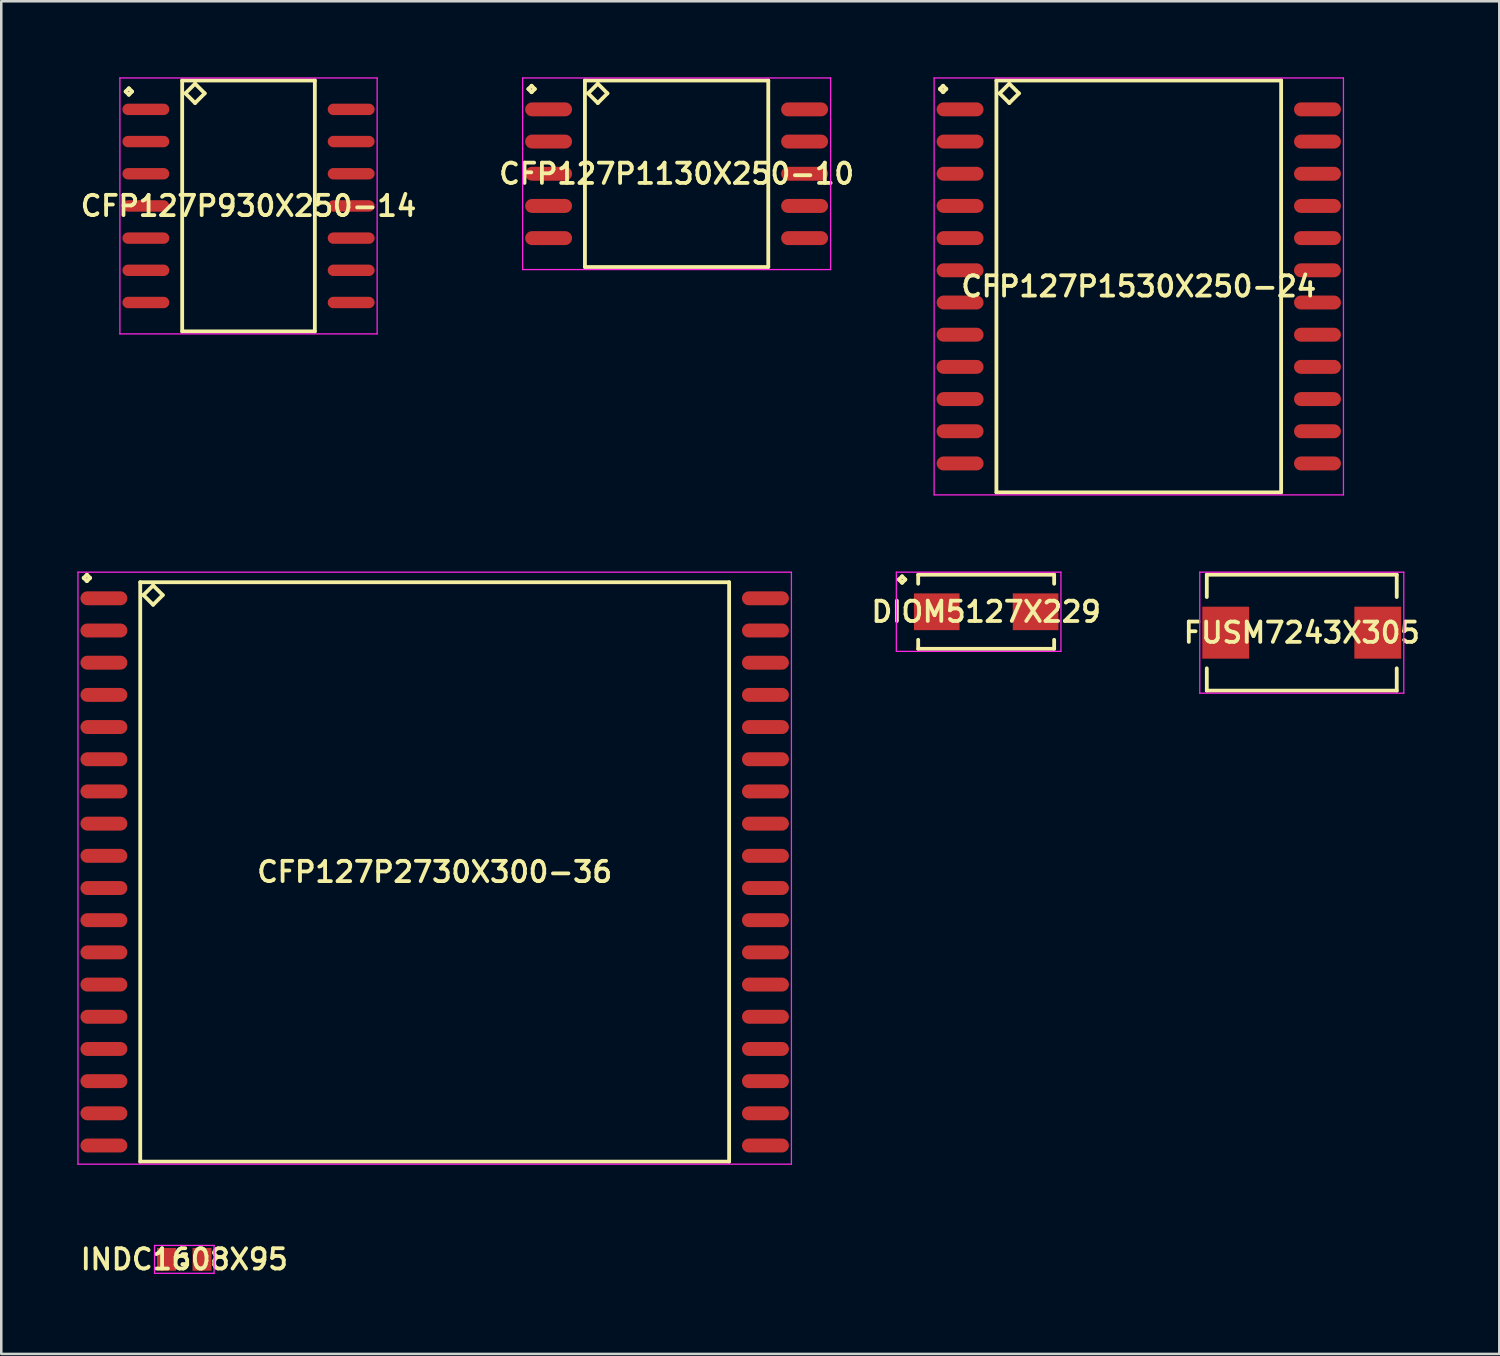
<source format=kicad_pcb>
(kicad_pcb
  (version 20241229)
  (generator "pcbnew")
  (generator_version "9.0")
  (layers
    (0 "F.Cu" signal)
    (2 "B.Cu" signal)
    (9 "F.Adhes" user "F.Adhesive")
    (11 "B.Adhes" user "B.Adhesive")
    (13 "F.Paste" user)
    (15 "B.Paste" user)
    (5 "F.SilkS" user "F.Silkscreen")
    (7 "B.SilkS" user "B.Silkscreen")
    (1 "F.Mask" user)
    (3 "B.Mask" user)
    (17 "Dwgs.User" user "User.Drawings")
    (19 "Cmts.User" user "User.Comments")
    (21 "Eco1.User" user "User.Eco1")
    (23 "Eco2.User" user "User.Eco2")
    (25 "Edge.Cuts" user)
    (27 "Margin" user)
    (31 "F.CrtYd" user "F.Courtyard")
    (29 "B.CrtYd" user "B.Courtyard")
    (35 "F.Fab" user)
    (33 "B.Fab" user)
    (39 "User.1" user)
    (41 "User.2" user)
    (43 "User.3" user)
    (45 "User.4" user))
  (footprint "INDC1608X95"
    (layer "F.Cu")
    (at 4.221 46.637)
    (property "Reference" "INDC1608X95" (at 0 0 0) (layer "F.SilkS") (effects (font (size 0.8 0.8) (thickness 0.15))))
    (attr smd)
    (fp_line (start -0.071 -0.196) (end 0.071 -0.196) (stroke (width 0.15) (type solid)) (layer "F.SilkS"))
    (fp_line (start -0.071 0.196) (end 0.071 0.196) (stroke (width 0.15) (type solid)) (layer "F.SilkS"))
    (fp_line (start 0.071 -0.196) (end -0.071 -0.196) (stroke (width 0.15) (type solid)) (layer "F.SilkS"))
    (fp_line (start 0.071 0.196) (end -0.071 0.196) (stroke (width 0.15) (type solid)) (layer "F.SilkS"))
    (fp_line (start -1.175 -0.55) (end 1.175 -0.55) (stroke (width 0.05) (type solid)) (layer "F.CrtYd"))
    (fp_line (start -1.175 0.55) (end -1.175 -0.55) (stroke (width 0.05) (type solid)) (layer "F.CrtYd"))
    (fp_line (start 1.175 -0.55) (end 1.175 0.55) (stroke (width 0.05) (type solid)) (layer "F.CrtYd"))
    (fp_line (start 1.175 0.55) (end -1.175 0.55) (stroke (width 0.05) (type solid)) (layer "F.CrtYd"))
    (pad "1" smd rect (at -0.7 0) (size 0.75 0.9) (layers "F.Cu" "F.Mask" "F.Paste"))
    (pad "2" smd rect (at 0.7 0) (size 0.75 0.9) (layers "F.Cu" "F.Mask" "F.Paste")))
  (footprint "CFP127P2730X300-36"
    (layer "F.Cu")
    (at 14.1 31.351)
    (property "Reference" "CFP127P2730X300-36" (at 0 0 0) (layer "F.SilkS") (effects (font (size 0.8 0.8) (thickness 0.15))))
    (attr smd)
    (fp_line (start -13.848 -11.599) (end -13.721 -11.726) (stroke (width 0.15) (type solid)) (layer "F.SilkS"))
    (fp_line (start -13.721 -11.726) (end -13.594 -11.599) (stroke (width 0.15) (type solid)) (layer "F.SilkS"))
    (fp_line (start -13.721 -11.472) (end -13.848 -11.599) (stroke (width 0.15) (type solid)) (layer "F.SilkS"))
    (fp_line (start -13.594 -11.599) (end -13.721 -11.472) (stroke (width 0.15) (type solid)) (layer "F.SilkS"))
    (fp_line (start -11.617 -11.43) (end -11.617 11.43) (stroke (width 0.15) (type solid)) (layer "F.SilkS"))
    (fp_line (start -11.617 11.43) (end 11.617 11.43) (stroke (width 0.15) (type solid)) (layer "F.SilkS"))
    (fp_line (start -11.49 -10.922) (end -11.109 -11.303) (stroke (width 0.15) (type solid)) (layer "F.SilkS"))
    (fp_line (start -11.109 -11.303) (end -10.728 -10.922) (stroke (width 0.15) (type solid)) (layer "F.SilkS"))
    (fp_line (start -11.109 -10.541) (end -11.49 -10.922) (stroke (width 0.15) (type solid)) (layer "F.SilkS"))
    (fp_line (start -10.728 -10.922) (end -11.109 -10.541) (stroke (width 0.15) (type solid)) (layer "F.SilkS"))
    (fp_line (start 11.617 -11.43) (end -11.617 -11.43) (stroke (width 0.15) (type solid)) (layer "F.SilkS"))
    (fp_line (start 11.617 11.43) (end 11.617 -11.43) (stroke (width 0.15) (type solid)) (layer "F.SilkS"))
    (fp_line (start -14.075 -11.826) (end 14.075 -11.826) (stroke (width 0.05) (type solid)) (layer "F.CrtYd"))
    (fp_line (start -14.075 11.53) (end -14.075 -11.826) (stroke (width 0.05) (type solid)) (layer "F.CrtYd"))
    (fp_line (start 14.075 -11.826) (end 14.075 11.53) (stroke (width 0.05) (type solid)) (layer "F.CrtYd"))
    (fp_line (start 14.075 11.53) (end -14.075 11.53) (stroke (width 0.05) (type solid)) (layer "F.CrtYd"))
    (pad "1" smd oval (at -13.05 -10.795) (size 1.85 0.55) (layers "F.Cu" "F.Mask" "F.Paste"))
    (pad "2" smd oval (at -13.05 -9.525) (size 1.85 0.55) (layers "F.Cu" "F.Mask" "F.Paste"))
    (pad "3" smd oval (at -13.05 -8.255) (size 1.85 0.55) (layers "F.Cu" "F.Mask" "F.Paste"))
    (pad "4" smd oval (at -13.05 -6.985) (size 1.85 0.55) (layers "F.Cu" "F.Mask" "F.Paste"))
    (pad "5" smd oval (at -13.05 -5.715) (size 1.85 0.55) (layers "F.Cu" "F.Mask" "F.Paste"))
    (pad "6" smd oval (at -13.05 -4.445) (size 1.85 0.55) (layers "F.Cu" "F.Mask" "F.Paste"))
    (pad "7" smd oval (at -13.05 -3.175) (size 1.85 0.55) (layers "F.Cu" "F.Mask" "F.Paste"))
    (pad "8" smd oval (at -13.05 -1.905) (size 1.85 0.55) (layers "F.Cu" "F.Mask" "F.Paste"))
    (pad "9" smd oval (at -13.05 -0.635) (size 1.85 0.55) (layers "F.Cu" "F.Mask" "F.Paste"))
    (pad "10" smd oval (at -13.05 0.635) (size 1.85 0.55) (layers "F.Cu" "F.Mask" "F.Paste"))
    (pad "11" smd oval (at -13.05 1.905) (size 1.85 0.55) (layers "F.Cu" "F.Mask" "F.Paste"))
    (pad "12" smd oval (at -13.05 3.175) (size 1.85 0.55) (layers "F.Cu" "F.Mask" "F.Paste"))
    (pad "13" smd oval (at -13.05 4.445) (size 1.85 0.55) (layers "F.Cu" "F.Mask" "F.Paste"))
    (pad "14" smd oval (at -13.05 5.715) (size 1.85 0.55) (layers "F.Cu" "F.Mask" "F.Paste"))
    (pad "15" smd oval (at -13.05 6.985) (size 1.85 0.55) (layers "F.Cu" "F.Mask" "F.Paste"))
    (pad "16" smd oval (at -13.05 8.255) (size 1.85 0.55) (layers "F.Cu" "F.Mask" "F.Paste"))
    (pad "17" smd oval (at -13.05 9.525) (size 1.85 0.55) (layers "F.Cu" "F.Mask" "F.Paste"))
    (pad "18" smd oval (at -13.05 10.795) (size 1.85 0.55) (layers "F.Cu" "F.Mask" "F.Paste"))
    (pad "19" smd oval (at 13.05 10.795) (size 1.85 0.55) (layers "F.Cu" "F.Mask" "F.Paste"))
    (pad "20" smd oval (at 13.05 9.525) (size 1.85 0.55) (layers "F.Cu" "F.Mask" "F.Paste"))
    (pad "21" smd oval (at 13.05 8.255) (size 1.85 0.55) (layers "F.Cu" "F.Mask" "F.Paste"))
    (pad "22" smd oval (at 13.05 6.985) (size 1.85 0.55) (layers "F.Cu" "F.Mask" "F.Paste"))
    (pad "23" smd oval (at 13.05 5.715) (size 1.85 0.55) (layers "F.Cu" "F.Mask" "F.Paste"))
    (pad "24" smd oval (at 13.05 4.445) (size 1.85 0.55) (layers "F.Cu" "F.Mask" "F.Paste"))
    (pad "25" smd oval (at 13.05 3.175) (size 1.85 0.55) (layers "F.Cu" "F.Mask" "F.Paste"))
    (pad "26" smd oval (at 13.05 1.905) (size 1.85 0.55) (layers "F.Cu" "F.Mask" "F.Paste"))
    (pad "27" smd oval (at 13.05 0.635) (size 1.85 0.55) (layers "F.Cu" "F.Mask" "F.Paste"))
    (pad "28" smd oval (at 13.05 -0.635) (size 1.85 0.55) (layers "F.Cu" "F.Mask" "F.Paste"))
    (pad "29" smd oval (at 13.05 -1.905) (size 1.85 0.55) (layers "F.Cu" "F.Mask" "F.Paste"))
    (pad "30" smd oval (at 13.05 -3.175) (size 1.85 0.55) (layers "F.Cu" "F.Mask" "F.Paste"))
    (pad "31" smd oval (at 13.05 -4.445) (size 1.85 0.55) (layers "F.Cu" "F.Mask" "F.Paste"))
    (pad "32" smd oval (at 13.05 -5.715) (size 1.85 0.55) (layers "F.Cu" "F.Mask" "F.Paste"))
    (pad "33" smd oval (at 13.05 -6.985) (size 1.85 0.55) (layers "F.Cu" "F.Mask" "F.Paste"))
    (pad "34" smd oval (at 13.05 -8.255) (size 1.85 0.55) (layers "F.Cu" "F.Mask" "F.Paste"))
    (pad "35" smd oval (at 13.05 -9.525) (size 1.85 0.55) (layers "F.Cu" "F.Mask" "F.Paste"))
    (pad "36" smd oval (at 13.05 -10.795) (size 1.85 0.55) (layers "F.Cu" "F.Mask" "F.Paste")))
  (footprint "DIOM5127X229"
    (layer "F.Cu")
    (at 35.859 21.087)
    (property "Reference" "DIOM5127X229" (at 0 0 0) (layer "F.SilkS") (effects (font (size 0.8 0.8) (thickness 0.15))))
    (attr smd)
    (fp_line (start -3.444 -1.271) (end -3.317 -1.398) (stroke (width 0.15) (type solid)) (layer "F.SilkS"))
    (fp_line (start -3.317 -1.398) (end -3.19 -1.271) (stroke (width 0.15) (type solid)) (layer "F.SilkS"))
    (fp_line (start -3.317 -1.144) (end -3.444 -1.271) (stroke (width 0.15) (type solid)) (layer "F.SilkS"))
    (fp_line (start -3.19 -1.271) (end -3.317 -1.144) (stroke (width 0.15) (type solid)) (layer "F.SilkS"))
    (fp_line (start -2.682 -1.462) (end 2.682 -1.462) (stroke (width 0.15) (type solid)) (layer "F.SilkS"))
    (fp_line (start -2.682 -1.106) (end -2.682 -1.462) (stroke (width 0.15) (type solid)) (layer "F.SilkS"))
    (fp_line (start -2.682 1.106) (end -2.682 1.462) (stroke (width 0.15) (type solid)) (layer "F.SilkS"))
    (fp_line (start -2.682 1.462) (end 2.682 1.462) (stroke (width 0.15) (type solid)) (layer "F.SilkS"))
    (fp_line (start 2.682 -1.462) (end 2.682 -1.106) (stroke (width 0.15) (type solid)) (layer "F.SilkS"))
    (fp_line (start 2.682 1.462) (end 2.682 1.106) (stroke (width 0.15) (type solid)) (layer "F.SilkS"))
    (fp_line (start -3.544 -1.562) (end 2.95 -1.562) (stroke (width 0.05) (type solid)) (layer "F.CrtYd"))
    (fp_line (start -3.544 1.562) (end -3.544 -1.562) (stroke (width 0.05) (type solid)) (layer "F.CrtYd"))
    (fp_line (start 2.95 -1.562) (end 2.95 1.562) (stroke (width 0.05) (type solid)) (layer "F.CrtYd"))
    (fp_line (start 2.95 1.562) (end -3.544 1.562) (stroke (width 0.05) (type solid)) (layer "F.CrtYd"))
    (pad "1" smd rect (at -1.95 0) (size 1.8 1.45) (layers "F.Cu" "F.Mask" "F.Paste"))
    (pad "2" smd rect (at 1.95 0) (size 1.8 1.45) (layers "F.Cu" "F.Mask" "F.Paste")))
  (footprint "FUSM7243X305"
    (layer "F.Cu")
    (at 48.311 21.912)
    (property "Reference" "FUSM7243X305" (at 0 0 0) (layer "F.SilkS") (effects (font (size 0.8 0.8) (thickness 0.15))))
    (attr smd)
    (fp_line (start -3.747 -2.287) (end 3.747 -2.287) (stroke (width 0.15) (type solid)) (layer "F.SilkS"))
    (fp_line (start -3.747 -1.406) (end -3.747 -2.287) (stroke (width 0.15) (type solid)) (layer "F.SilkS"))
    (fp_line (start -3.747 1.406) (end -3.747 2.287) (stroke (width 0.15) (type solid)) (layer "F.SilkS"))
    (fp_line (start -3.747 2.287) (end 3.747 2.287) (stroke (width 0.15) (type solid)) (layer "F.SilkS"))
    (fp_line (start 3.747 -2.287) (end 3.747 -1.406) (stroke (width 0.15) (type solid)) (layer "F.SilkS"))
    (fp_line (start 3.747 2.287) (end 3.747 1.406) (stroke (width 0.15) (type solid)) (layer "F.SilkS"))
    (fp_line (start -4.025 -2.387) (end 4.025 -2.387) (stroke (width 0.05) (type solid)) (layer "F.CrtYd"))
    (fp_line (start -4.025 2.387) (end -4.025 -2.387) (stroke (width 0.05) (type solid)) (layer "F.CrtYd"))
    (fp_line (start 4.025 -2.387) (end 4.025 2.387) (stroke (width 0.05) (type solid)) (layer "F.CrtYd"))
    (fp_line (start 4.025 2.387) (end -4.025 2.387) (stroke (width 0.05) (type solid)) (layer "F.CrtYd"))
    (pad "1" smd rect (at -3 0) (size 1.85 2.05) (layers "F.Cu" "F.Mask" "F.Paste"))
    (pad "2" smd rect (at 3 0) (size 1.85 2.05) (layers "F.Cu" "F.Mask" "F.Paste")))
  (footprint "CFP127P1530X250-24"
    (layer "F.Cu")
    (at 41.88 8.25)
    (property "Reference" "CFP127P1530X250-24" (at 0 0 0) (layer "F.SilkS") (effects (font (size 0.8 0.8) (thickness 0.15))))
    (attr smd)
    (fp_line (start -7.848 -7.789) (end -7.721 -7.916) (stroke (width 0.15) (type solid)) (layer "F.SilkS"))
    (fp_line (start -7.721 -7.916) (end -7.594 -7.789) (stroke (width 0.15) (type solid)) (layer "F.SilkS"))
    (fp_line (start -7.721 -7.662) (end -7.848 -7.789) (stroke (width 0.15) (type solid)) (layer "F.SilkS"))
    (fp_line (start -7.594 -7.789) (end -7.721 -7.662) (stroke (width 0.15) (type solid)) (layer "F.SilkS"))
    (fp_line (start -5.617 -8.125) (end -5.617 8.125) (stroke (width 0.15) (type solid)) (layer "F.SilkS"))
    (fp_line (start -5.617 8.125) (end 5.617 8.125) (stroke (width 0.15) (type solid)) (layer "F.SilkS"))
    (fp_line (start -5.49 -7.617) (end -5.109 -7.998) (stroke (width 0.15) (type solid)) (layer "F.SilkS"))
    (fp_line (start -5.109 -7.998) (end -4.728 -7.617) (stroke (width 0.15) (type solid)) (layer "F.SilkS"))
    (fp_line (start -5.109 -7.236) (end -5.49 -7.617) (stroke (width 0.15) (type solid)) (layer "F.SilkS"))
    (fp_line (start -4.728 -7.617) (end -5.109 -7.236) (stroke (width 0.15) (type solid)) (layer "F.SilkS"))
    (fp_line (start 5.617 -8.125) (end -5.617 -8.125) (stroke (width 0.15) (type solid)) (layer "F.SilkS"))
    (fp_line (start 5.617 8.125) (end 5.617 -8.125) (stroke (width 0.15) (type solid)) (layer "F.SilkS"))
    (fp_line (start -8.075 -8.225) (end 8.075 -8.225) (stroke (width 0.05) (type solid)) (layer "F.CrtYd"))
    (fp_line (start -8.075 8.225) (end -8.075 -8.225) (stroke (width 0.05) (type solid)) (layer "F.CrtYd"))
    (fp_line (start 8.075 -8.225) (end 8.075 8.225) (stroke (width 0.05) (type solid)) (layer "F.CrtYd"))
    (fp_line (start 8.075 8.225) (end -8.075 8.225) (stroke (width 0.05) (type solid)) (layer "F.CrtYd"))
    (pad "1" smd oval (at -7.05 -6.985) (size 1.85 0.55) (layers "F.Cu" "F.Mask" "F.Paste"))
    (pad "2" smd oval (at -7.05 -5.715) (size 1.85 0.55) (layers "F.Cu" "F.Mask" "F.Paste"))
    (pad "3" smd oval (at -7.05 -4.445) (size 1.85 0.55) (layers "F.Cu" "F.Mask" "F.Paste"))
    (pad "4" smd oval (at -7.05 -3.175) (size 1.85 0.55) (layers "F.Cu" "F.Mask" "F.Paste"))
    (pad "5" smd oval (at -7.05 -1.905) (size 1.85 0.55) (layers "F.Cu" "F.Mask" "F.Paste"))
    (pad "6" smd oval (at -7.05 -0.635) (size 1.85 0.55) (layers "F.Cu" "F.Mask" "F.Paste"))
    (pad "7" smd oval (at -7.05 0.635) (size 1.85 0.55) (layers "F.Cu" "F.Mask" "F.Paste"))
    (pad "8" smd oval (at -7.05 1.905) (size 1.85 0.55) (layers "F.Cu" "F.Mask" "F.Paste"))
    (pad "9" smd oval (at -7.05 3.175) (size 1.85 0.55) (layers "F.Cu" "F.Mask" "F.Paste"))
    (pad "10" smd oval (at -7.05 4.445) (size 1.85 0.55) (layers "F.Cu" "F.Mask" "F.Paste"))
    (pad "11" smd oval (at -7.05 5.715) (size 1.85 0.55) (layers "F.Cu" "F.Mask" "F.Paste"))
    (pad "12" smd oval (at -7.05 6.985) (size 1.85 0.55) (layers "F.Cu" "F.Mask" "F.Paste"))
    (pad "13" smd oval (at 7.05 6.985) (size 1.85 0.55) (layers "F.Cu" "F.Mask" "F.Paste"))
    (pad "14" smd oval (at 7.05 5.715) (size 1.85 0.55) (layers "F.Cu" "F.Mask" "F.Paste"))
    (pad "15" smd oval (at 7.05 4.445) (size 1.85 0.55) (layers "F.Cu" "F.Mask" "F.Paste"))
    (pad "16" smd oval (at 7.05 3.175) (size 1.85 0.55) (layers "F.Cu" "F.Mask" "F.Paste"))
    (pad "17" smd oval (at 7.05 1.905) (size 1.85 0.55) (layers "F.Cu" "F.Mask" "F.Paste"))
    (pad "18" smd oval (at 7.05 0.635) (size 1.85 0.55) (layers "F.Cu" "F.Mask" "F.Paste"))
    (pad "19" smd oval (at 7.05 -0.635) (size 1.85 0.55) (layers "F.Cu" "F.Mask" "F.Paste"))
    (pad "20" smd oval (at 7.05 -1.905) (size 1.85 0.55) (layers "F.Cu" "F.Mask" "F.Paste"))
    (pad "21" smd oval (at 7.05 -3.175) (size 1.85 0.55) (layers "F.Cu" "F.Mask" "F.Paste"))
    (pad "22" smd oval (at 7.05 -4.445) (size 1.85 0.55) (layers "F.Cu" "F.Mask" "F.Paste"))
    (pad "23" smd oval (at 7.05 -5.715) (size 1.85 0.55) (layers "F.Cu" "F.Mask" "F.Paste"))
    (pad "24" smd oval (at 7.05 -6.985) (size 1.85 0.55) (layers "F.Cu" "F.Mask" "F.Paste")))
  (footprint "CFP127P930X250-14"
    (layer "F.Cu")
    (at 6.755 5.075)
    (property "Reference" "CFP127P930X250-14" (at 0 0 0) (layer "F.SilkS") (effects (font (size 0.8 0.8) (thickness 0.15))))
    (attr smd)
    (fp_line (start -4.848 -4.514) (end -4.721 -4.641) (stroke (width 0.15) (type solid)) (layer "F.SilkS"))
    (fp_line (start -4.721 -4.641) (end -4.594 -4.514) (stroke (width 0.15) (type solid)) (layer "F.SilkS"))
    (fp_line (start -4.721 -4.387) (end -4.848 -4.514) (stroke (width 0.15) (type solid)) (layer "F.SilkS"))
    (fp_line (start -4.594 -4.514) (end -4.721 -4.387) (stroke (width 0.15) (type solid)) (layer "F.SilkS"))
    (fp_line (start -2.617 -4.95) (end -2.617 4.95) (stroke (width 0.15) (type solid)) (layer "F.SilkS"))
    (fp_line (start -2.617 4.95) (end 2.617 4.95) (stroke (width 0.15) (type solid)) (layer "F.SilkS"))
    (fp_line (start -2.49 -4.442) (end -2.109 -4.823) (stroke (width 0.15) (type solid)) (layer "F.SilkS"))
    (fp_line (start -2.109 -4.823) (end -1.728 -4.442) (stroke (width 0.15) (type solid)) (layer "F.SilkS"))
    (fp_line (start -2.109 -4.061) (end -2.49 -4.442) (stroke (width 0.15) (type solid)) (layer "F.SilkS"))
    (fp_line (start -1.728 -4.442) (end -2.109 -4.061) (stroke (width 0.15) (type solid)) (layer "F.SilkS"))
    (fp_line (start 2.617 -4.95) (end -2.617 -4.95) (stroke (width 0.15) (type solid)) (layer "F.SilkS"))
    (fp_line (start 2.617 4.95) (end 2.617 -4.95) (stroke (width 0.15) (type solid)) (layer "F.SilkS"))
    (fp_line (start -5.075 -5.05) (end 5.075 -5.05) (stroke (width 0.05) (type solid)) (layer "F.CrtYd"))
    (fp_line (start -5.075 5.05) (end -5.075 -5.05) (stroke (width 0.05) (type solid)) (layer "F.CrtYd"))
    (fp_line (start 5.075 -5.05) (end 5.075 5.05) (stroke (width 0.05) (type solid)) (layer "F.CrtYd"))
    (fp_line (start 5.075 5.05) (end -5.075 5.05) (stroke (width 0.05) (type solid)) (layer "F.CrtYd"))
    (pad "1" smd oval (at -4.05 -3.81) (size 1.85 0.45) (layers "F.Cu" "F.Mask" "F.Paste"))
    (pad "2" smd oval (at -4.05 -2.54) (size 1.85 0.45) (layers "F.Cu" "F.Mask" "F.Paste"))
    (pad "3" smd oval (at -4.05 -1.27) (size 1.85 0.45) (layers "F.Cu" "F.Mask" "F.Paste"))
    (pad "4" smd oval (at -4.05 0) (size 1.85 0.45) (layers "F.Cu" "F.Mask" "F.Paste"))
    (pad "5" smd oval (at -4.05 1.27) (size 1.85 0.45) (layers "F.Cu" "F.Mask" "F.Paste"))
    (pad "6" smd oval (at -4.05 2.54) (size 1.85 0.45) (layers "F.Cu" "F.Mask" "F.Paste"))
    (pad "7" smd oval (at -4.05 3.81) (size 1.85 0.45) (layers "F.Cu" "F.Mask" "F.Paste"))
    (pad "8" smd oval (at 4.05 3.81) (size 1.85 0.45) (layers "F.Cu" "F.Mask" "F.Paste"))
    (pad "9" smd oval (at 4.05 2.54) (size 1.85 0.45) (layers "F.Cu" "F.Mask" "F.Paste"))
    (pad "10" smd oval (at 4.05 1.27) (size 1.85 0.45) (layers "F.Cu" "F.Mask" "F.Paste"))
    (pad "11" smd oval (at 4.05 0) (size 1.85 0.45) (layers "F.Cu" "F.Mask" "F.Paste"))
    (pad "12" smd oval (at 4.05 -1.27) (size 1.85 0.45) (layers "F.Cu" "F.Mask" "F.Paste"))
    (pad "13" smd oval (at 4.05 -2.54) (size 1.85 0.45) (layers "F.Cu" "F.Mask" "F.Paste"))
    (pad "14" smd oval (at 4.05 -3.81) (size 1.85 0.45) (layers "F.Cu" "F.Mask" "F.Paste")))
  (footprint "CFP127P1130X250-10"
    (layer "F.Cu")
    (at 23.645 3.805)
    (property "Reference" "CFP127P1130X250-10" (at 0 0 0) (layer "F.SilkS") (effects (font (size 0.8 0.8) (thickness 0.15))))
    (attr smd)
    (fp_line (start -5.848 -3.344) (end -5.721 -3.471) (stroke (width 0.15) (type solid)) (layer "F.SilkS"))
    (fp_line (start -5.721 -3.471) (end -5.594 -3.344) (stroke (width 0.15) (type solid)) (layer "F.SilkS"))
    (fp_line (start -5.721 -3.217) (end -5.848 -3.344) (stroke (width 0.15) (type solid)) (layer "F.SilkS"))
    (fp_line (start -5.594 -3.344) (end -5.721 -3.217) (stroke (width 0.15) (type solid)) (layer "F.SilkS"))
    (fp_line (start -3.617 -3.68) (end -3.617 3.68) (stroke (width 0.15) (type solid)) (layer "F.SilkS"))
    (fp_line (start -3.617 3.68) (end 3.617 3.68) (stroke (width 0.15) (type solid)) (layer "F.SilkS"))
    (fp_line (start -3.49 -3.172) (end -3.109 -3.553) (stroke (width 0.15) (type solid)) (layer "F.SilkS"))
    (fp_line (start -3.109 -3.553) (end -2.728 -3.172) (stroke (width 0.15) (type solid)) (layer "F.SilkS"))
    (fp_line (start -3.109 -2.791) (end -3.49 -3.172) (stroke (width 0.15) (type solid)) (layer "F.SilkS"))
    (fp_line (start -2.728 -3.172) (end -3.109 -2.791) (stroke (width 0.15) (type solid)) (layer "F.SilkS"))
    (fp_line (start 3.617 -3.68) (end -3.617 -3.68) (stroke (width 0.15) (type solid)) (layer "F.SilkS"))
    (fp_line (start 3.617 3.68) (end 3.617 -3.68) (stroke (width 0.15) (type solid)) (layer "F.SilkS"))
    (fp_line (start -6.075 -3.78) (end 6.075 -3.78) (stroke (width 0.05) (type solid)) (layer "F.CrtYd"))
    (fp_line (start -6.075 3.78) (end -6.075 -3.78) (stroke (width 0.05) (type solid)) (layer "F.CrtYd"))
    (fp_line (start 6.075 -3.78) (end 6.075 3.78) (stroke (width 0.05) (type solid)) (layer "F.CrtYd"))
    (fp_line (start 6.075 3.78) (end -6.075 3.78) (stroke (width 0.05) (type solid)) (layer "F.CrtYd"))
    (pad "1" smd oval (at -5.05 -2.54) (size 1.85 0.55) (layers "F.Cu" "F.Mask" "F.Paste"))
    (pad "2" smd oval (at -5.05 -1.27) (size 1.85 0.55) (layers "F.Cu" "F.Mask" "F.Paste"))
    (pad "3" smd oval (at -5.05 0) (size 1.85 0.55) (layers "F.Cu" "F.Mask" "F.Paste"))
    (pad "4" smd oval (at -5.05 1.27) (size 1.85 0.55) (layers "F.Cu" "F.Mask" "F.Paste"))
    (pad "5" smd oval (at -5.05 2.54) (size 1.85 0.55) (layers "F.Cu" "F.Mask" "F.Paste"))
    (pad "6" smd oval (at 5.05 2.54) (size 1.85 0.55) (layers "F.Cu" "F.Mask" "F.Paste"))
    (pad "7" smd oval (at 5.05 1.27) (size 1.85 0.55) (layers "F.Cu" "F.Mask" "F.Paste"))
    (pad "8" smd oval (at 5.05 0) (size 1.85 0.55) (layers "F.Cu" "F.Mask" "F.Paste"))
    (pad "9" smd oval (at 5.05 -1.27) (size 1.85 0.55) (layers "F.Cu" "F.Mask" "F.Paste"))
    (pad "10" smd oval (at 5.05 -2.54) (size 1.85 0.55) (layers "F.Cu" "F.Mask" "F.Paste")))
  (gr_rect
    (start -3 -3)
    (end 56.104 50.368)
    (stroke (width 0.1) (type default))
    (fill no)
    (layer "Edge.Cuts")))
</source>
